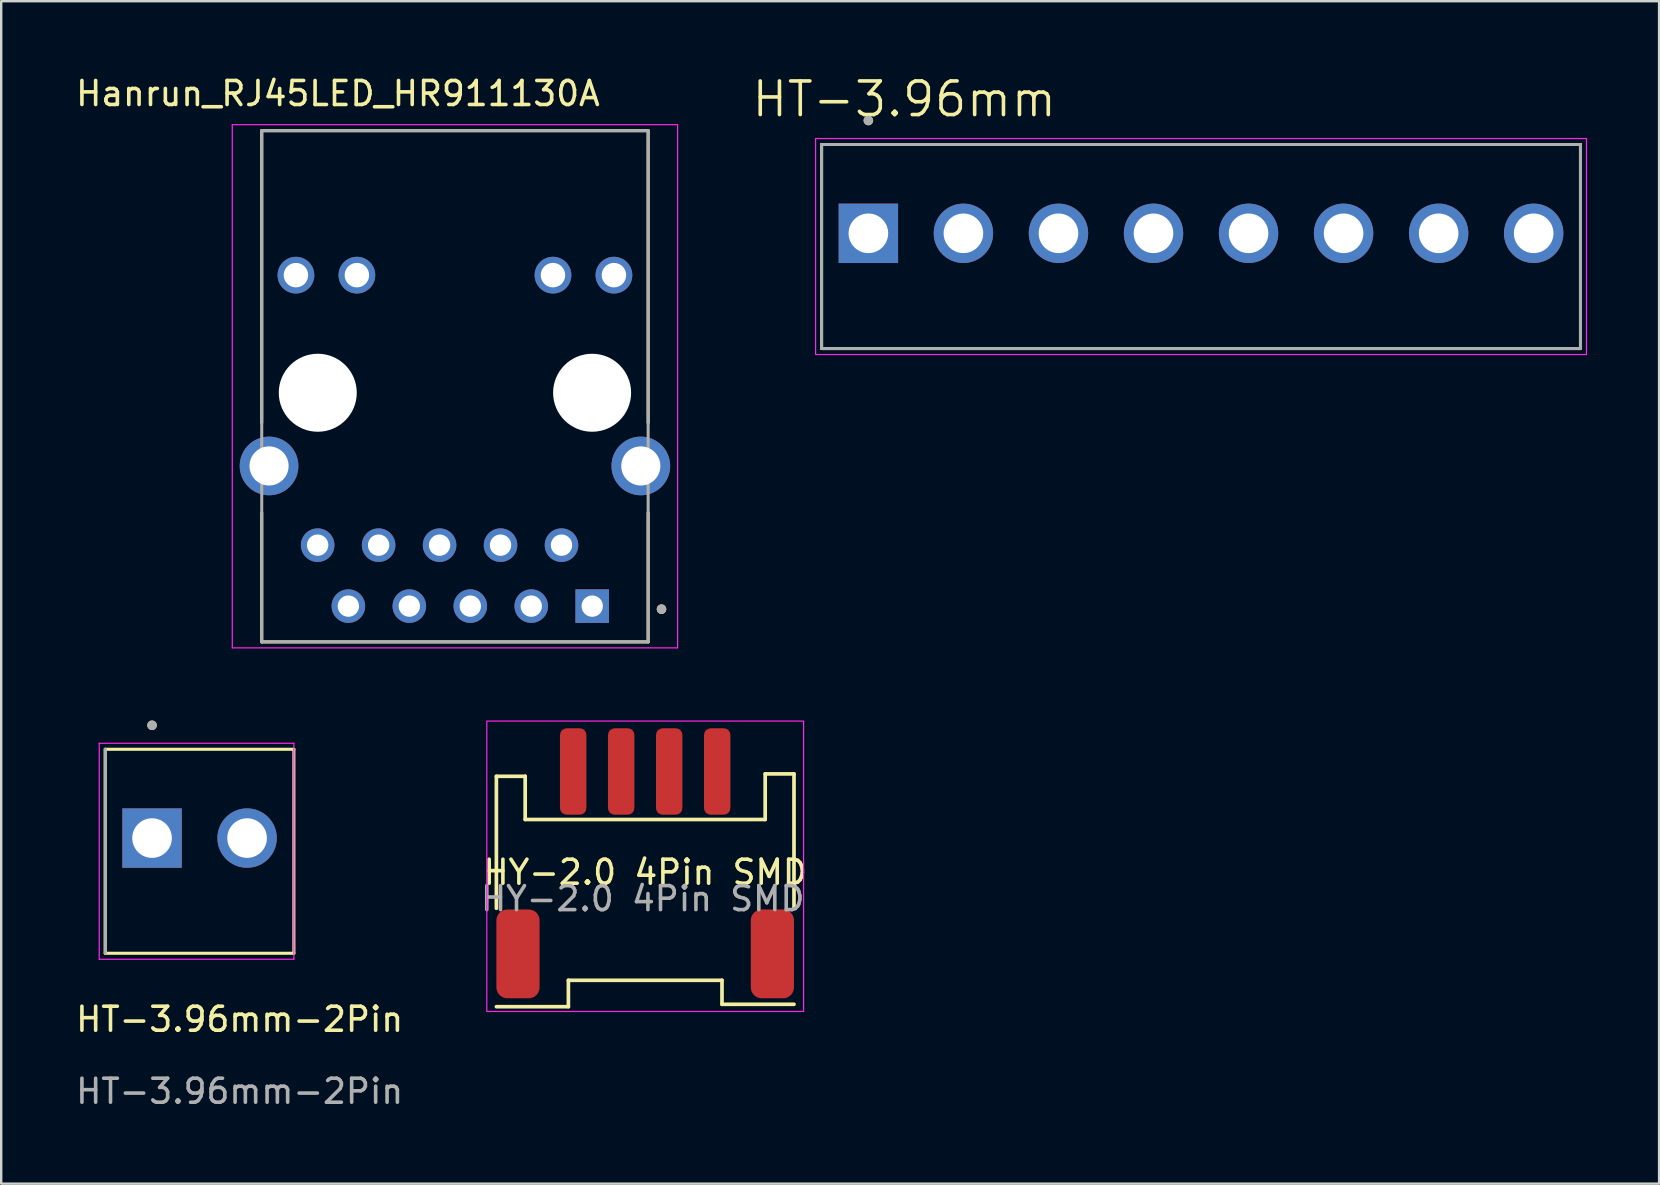
<source format=kicad_pcb>
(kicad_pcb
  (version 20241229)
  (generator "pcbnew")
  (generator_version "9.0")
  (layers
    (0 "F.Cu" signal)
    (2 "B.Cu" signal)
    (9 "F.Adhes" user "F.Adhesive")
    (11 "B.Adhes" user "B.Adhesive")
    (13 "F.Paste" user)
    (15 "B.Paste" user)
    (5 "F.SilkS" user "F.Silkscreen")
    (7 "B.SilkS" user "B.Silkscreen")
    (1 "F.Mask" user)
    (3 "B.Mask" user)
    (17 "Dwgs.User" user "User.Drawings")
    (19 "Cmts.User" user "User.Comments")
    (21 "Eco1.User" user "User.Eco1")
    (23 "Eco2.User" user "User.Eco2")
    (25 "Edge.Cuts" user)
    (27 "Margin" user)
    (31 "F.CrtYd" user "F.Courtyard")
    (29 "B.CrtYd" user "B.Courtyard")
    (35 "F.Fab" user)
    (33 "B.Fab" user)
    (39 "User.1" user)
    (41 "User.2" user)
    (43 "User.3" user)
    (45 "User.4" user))
  (footprint "HY-2.0 4Pin SMD"
    (layer "F.Cu")
    (at 23.832 33.294)
    (property "Reference" "HY-2.0 4Pin SMD" (at 0 0 0) (unlocked yes) (layer "F.SilkS") (effects (font (size 1 1) (thickness 0.15))))
    (attr smd)
    (fp_line (start -6.2 -4) (end -5 -4) (stroke (width 0.153) (type solid)) (layer "F.SilkS"))
    (fp_line (start -6.2 1.5) (end -6.2 -4) (stroke (width 0.153) (type solid)) (layer "F.SilkS"))
    (fp_line (start -6.2 5.6) (end -3.2 5.6) (stroke (width 0.153) (type solid)) (layer "F.SilkS"))
    (fp_line (start -5 -4) (end -5 -2.2) (stroke (width 0.153) (type solid)) (layer "F.SilkS"))
    (fp_line (start -5 -2.2) (end 5 -2.2) (stroke (width 0.153) (type solid)) (layer "F.SilkS"))
    (fp_line (start -3.2 4.5) (end 3.2 4.5) (stroke (width 0.153) (type solid)) (layer "F.SilkS"))
    (fp_line (start -3.2 5.6) (end -3.2 4.5) (stroke (width 0.153) (type solid)) (layer "F.SilkS"))
    (fp_line (start 3.2 4.5) (end 3.2 5.5) (stroke (width 0.153) (type solid)) (layer "F.SilkS"))
    (fp_line (start 3.2 5.5) (end 6.2 5.5) (stroke (width 0.153) (type solid)) (layer "F.SilkS"))
    (fp_line (start 5 -4.1) (end 5 -2.2) (stroke (width 0.153) (type solid)) (layer "F.SilkS"))
    (fp_line (start 5 -4.1) (end 6.2 -4.1) (stroke (width 0.153) (type solid)) (layer "F.SilkS"))
    (fp_line (start 6.2 1.5) (end 6.2 -4.1) (stroke (width 0.153) (type solid)) (layer "F.SilkS"))
    (fp_rect (start -6.6 -6.3) (end 6.6 5.8) (stroke (width 0.05) (type solid)) (fill no) (layer "F.CrtYd"))
    (fp_text user "${REFERENCE}" (at -0.1 1.1 0) (unlocked yes) (layer "F.Fab") (effects (font (size 1 1) (thickness 0.15))))
    (pad "1" smd roundrect (at -5.3 3.4 180) (size 1.8 3.7) (layers "F.Cu" "F.Mask" "F.Paste") (roundrect_rratio 0.25))
    (pad "1" smd roundrect (at -3 -4.2 180) (size 1.1 3.6) (layers "F.Cu" "F.Mask" "F.Paste") (roundrect_rratio 0.25))
    (pad "1" smd roundrect (at 5.3 3.4 180) (size 1.8 3.7) (layers "F.Cu" "F.Mask" "F.Paste") (roundrect_rratio 0.25))
    (pad "2" smd roundrect (at -1 -4.2 180) (size 1.1 3.6) (layers "F.Cu" "F.Mask" "F.Paste") (roundrect_rratio 0.25))
    (pad "3" smd roundrect (at 1 -4.2 180) (size 1.1 3.6) (layers "F.Cu" "F.Mask" "F.Paste") (roundrect_rratio 0.25))
    (pad "4" smd roundrect (at 3 -4.2 180) (size 1.1 3.6) (layers "F.Cu" "F.Mask" "F.Paste") (roundrect_rratio 0.25)))
  (footprint "HT-3.96mm"
    (layer "F.Cu")
    (at 46.991 6.671)
    (property "Reference" "HT-3.96mm" (at -12.365 -5.589 0) (layer "F.SilkS") (effects (font (size 1.4 1.4) (thickness 0.15))))
    (attr through_hole)
    (fp_line (start -15.81 -3.7) (end 15.81 -3.7) (stroke (width 0.127) (type solid)) (layer "F.SilkS"))
    (fp_line (start -15.81 4.8) (end -15.81 -3.7) (stroke (width 0.127) (type solid)) (layer "F.SilkS"))
    (fp_line (start 15.81 -3.7) (end 15.81 4.8) (stroke (width 0.127) (type solid)) (layer "F.SilkS"))
    (fp_line (start 15.81 4.8) (end -15.81 4.8) (stroke (width 0.127) (type solid)) (layer "F.SilkS"))
    (fp_circle (center -13.86 -4.7) (end -13.76 -4.7) (stroke (width 0.2) (type solid)) (fill no) (layer "F.SilkS"))
    (fp_line (start -16.06 -3.95) (end 16.06 -3.95) (stroke (width 0.05) (type solid)) (layer "F.CrtYd"))
    (fp_line (start -16.06 5.05) (end -16.06 -3.95) (stroke (width 0.05) (type solid)) (layer "F.CrtYd"))
    (fp_line (start 16.06 -3.95) (end 16.06 5.05) (stroke (width 0.05) (type solid)) (layer "F.CrtYd"))
    (fp_line (start 16.06 5.05) (end -16.06 5.05) (stroke (width 0.05) (type solid)) (layer "F.CrtYd"))
    (fp_line (start -15.81 -3.7) (end 15.81 -3.7) (stroke (width 0.127) (type solid)) (layer "F.Fab"))
    (fp_line (start -15.81 4.8) (end -15.81 -3.7) (stroke (width 0.127) (type solid)) (layer "F.Fab"))
    (fp_line (start 15.81 -3.7) (end 15.81 4.8) (stroke (width 0.127) (type solid)) (layer "F.Fab"))
    (fp_line (start 15.81 4.8) (end -15.81 4.8) (stroke (width 0.127) (type solid)) (layer "F.Fab"))
    (fp_circle (center -13.86 -4.7) (end -13.76 -4.7) (stroke (width 0.2) (type solid)) (fill no) (layer "F.Fab"))
    (pad "1" thru_hole rect (at -13.86 0) (size 2.475 2.475) (drill 1.65) (layers "*.Cu" "*.Mask"))
    (pad "2" thru_hole circle (at -9.9 0) (size 2.475 2.475) (drill 1.65) (layers "*.Cu" "*.Mask"))
    (pad "3" thru_hole circle (at -5.94 0) (size 2.475 2.475) (drill 1.65) (layers "*.Cu" "*.Mask"))
    (pad "4" thru_hole circle (at -1.98 0) (size 2.475 2.475) (drill 1.65) (layers "*.Cu" "*.Mask"))
    (pad "5" thru_hole circle (at 1.98 0) (size 2.475 2.475) (drill 1.65) (layers "*.Cu" "*.Mask"))
    (pad "6" thru_hole circle (at 5.94 0) (size 2.475 2.475) (drill 1.65) (layers "*.Cu" "*.Mask"))
    (pad "7" thru_hole circle (at 9.9 0) (size 2.475 2.475) (drill 1.65) (layers "*.Cu" "*.Mask"))
    (pad "8" thru_hole circle (at 13.86 0) (size 2.475 2.475) (drill 1.65) (layers "*.Cu" "*.Mask")))
  (footprint "HT-3.96mm-2Pin"
    (layer "F.Cu")
    (at 7.245 31.869)
    (property "Reference" "HT-3.96mm-2Pin" (at -0.31 7.55 0) (unlocked yes) (layer "F.SilkS") (effects (font (size 1 1) (thickness 0.15))))
    (attr through_hole)
    (fp_line (start -5.91 -3.7) (end 1.95 -3.7) (stroke (width 0.127) (type solid)) (layer "F.SilkS"))
    (fp_line (start -5.91 4.8) (end -5.91 -3.7) (stroke (width 0.127) (type solid)) (layer "F.SilkS"))
    (fp_line (start 1.95 -3.7) (end 1.95 4.8) (stroke (width 0.127) (type solid)) (layer "F.SilkS"))
    (fp_line (start 1.95 4.8) (end -5.91 4.8) (stroke (width 0.127) (type solid)) (layer "F.SilkS"))
    (fp_circle (center -3.96 -4.7) (end -3.86 -4.7) (stroke (width 0.2) (type solid)) (fill no) (layer "F.SilkS"))
    (fp_line (start -6.16 -3.95) (end 1.95 -3.95) (stroke (width 0.05) (type solid)) (layer "F.CrtYd"))
    (fp_line (start -6.16 5.05) (end -6.16 -3.95) (stroke (width 0.05) (type solid)) (layer "F.CrtYd"))
    (fp_line (start 1.95 -3.95) (end 1.95 5.05) (stroke (width 0.05) (type solid)) (layer "F.CrtYd"))
    (fp_line (start 1.95 5.05) (end -6.16 5.05) (stroke (width 0.05) (type solid)) (layer "F.CrtYd"))
    (fp_line (start -5.91 4.8) (end -5.91 -3.7) (stroke (width 0.127) (type solid)) (layer "F.Fab"))
    (fp_circle (center -3.96 -4.7) (end -3.86 -4.7) (stroke (width 0.2) (type solid)) (fill no) (layer "F.Fab"))
    (fp_text user "${REFERENCE}" (at -0.31 10.55 0) (unlocked yes) (layer "F.Fab") (effects (font (size 1 1) (thickness 0.15))))
    (pad "1" thru_hole rect (at -3.96 0) (size 2.475 2.475) (drill 1.65) (layers "*.Cu" "*.Mask"))
    (pad "2" thru_hole circle (at 0 0) (size 2.475 2.475) (drill 1.65) (layers "*.Cu" "*.Mask")))
  (footprint "Hanrun_RJ45LED_HR911130A"
    (layer "F.Cu")
    (at 15.905 13.314)
    (property "Reference" "Hanrun_RJ45LED_HR911130A" (at -4.875 -12.466 0) (layer "F.SilkS") (effects (font (size 1 1) (thickness 0.15))))
    (attr through_hole)
    (fp_line (start -8.05 1.25) (end -8.05 -10.92) (stroke (width 0.127) (type solid)) (layer "F.SilkS"))
    (fp_line (start -8.05 10.38) (end -8.05 5) (stroke (width 0.127) (type solid)) (layer "F.SilkS"))
    (fp_line (start -8.05 10.38) (end 8.05 10.38) (stroke (width 0.127) (type solid)) (layer "F.SilkS"))
    (fp_line (start 8.05 -10.92) (end -8.05 -10.92) (stroke (width 0.127) (type solid)) (layer "F.SilkS"))
    (fp_line (start 8.05 1.25) (end 8.05 -10.92) (stroke (width 0.127) (type solid)) (layer "F.SilkS"))
    (fp_line (start 8.05 10.38) (end 8.05 5) (stroke (width 0.127) (type solid)) (layer "F.SilkS"))
    (fp_circle (center 8.607 9.017) (end 8.707 9.017) (stroke (width 0.2) (type solid)) (fill no) (layer "F.SilkS"))
    (fp_line (start -9.277 -11.17) (end 9.277 -11.17) (stroke (width 0.05) (type solid)) (layer "F.CrtYd"))
    (fp_line (start -9.277 10.63) (end -9.277 -11.17) (stroke (width 0.05) (type solid)) (layer "F.CrtYd"))
    (fp_line (start 9.277 -11.17) (end 9.277 10.63) (stroke (width 0.05) (type solid)) (layer "F.CrtYd"))
    (fp_line (start 9.277 10.63) (end -9.277 10.63) (stroke (width 0.05) (type solid)) (layer "F.CrtYd"))
    (fp_line (start -8.05 -10.92) (end -8.05 10.38) (stroke (width 0.127) (type solid)) (layer "F.Fab"))
    (fp_line (start -8.05 10.38) (end 8.05 10.38) (stroke (width 0.127) (type solid)) (layer "F.Fab"))
    (fp_line (start 8.05 -10.92) (end -8.05 -10.92) (stroke (width 0.127) (type solid)) (layer "F.Fab"))
    (fp_line (start 8.05 10.38) (end 8.05 -10.92) (stroke (width 0.127) (type solid)) (layer "F.Fab"))
    (fp_circle (center 8.607 9.017) (end 8.707 9.017) (stroke (width 0.2) (type solid)) (fill no) (layer "F.Fab"))
    (pad "" np_thru_hole circle (at -5.715 0) (size 3.25 3.25) (drill 3.25) (layers "*.Cu" "*.Mask"))
    (pad "" np_thru_hole circle (at 5.715 0) (size 3.25 3.25) (drill 3.25) (layers "*.Cu" "*.Mask"))
    (pad "1" thru_hole rect (at 5.72 8.89) (size 1.398 1.398) (drill 0.89) (layers "*.Cu" "*.Mask"))
    (pad "2" thru_hole circle (at 4.44 6.35) (size 1.398 1.398) (drill 0.89) (layers "*.Cu" "*.Mask"))
    (pad "3" thru_hole circle (at 3.18 8.89) (size 1.398 1.398) (drill 0.89) (layers "*.Cu" "*.Mask"))
    (pad "4" thru_hole circle (at 1.9 6.35) (size 1.398 1.398) (drill 0.89) (layers "*.Cu" "*.Mask"))
    (pad "5" thru_hole circle (at 0.64 8.89) (size 1.398 1.398) (drill 0.89) (layers "*.Cu" "*.Mask"))
    (pad "6" thru_hole circle (at -0.64 6.35) (size 1.398 1.398) (drill 0.89) (layers "*.Cu" "*.Mask"))
    (pad "7" thru_hole circle (at -1.9 8.89) (size 1.398 1.398) (drill 0.89) (layers "*.Cu" "*.Mask"))
    (pad "8" thru_hole circle (at -3.18 6.35) (size 1.398 1.398) (drill 0.89) (layers "*.Cu" "*.Mask"))
    (pad "9" thru_hole circle (at -4.44 8.89) (size 1.398 1.398) (drill 0.89) (layers "*.Cu" "*.Mask"))
    (pad "10" thru_hole circle (at -5.72 6.35) (size 1.398 1.398) (drill 0.89) (layers "*.Cu" "*.Mask"))
    (pad "11" thru_hole circle (at 6.625 -4.9) (size 1.53 1.53) (drill 1.02) (layers "*.Cu" "*.Mask"))
    (pad "12" thru_hole circle (at 4.085 -4.9) (size 1.53 1.53) (drill 1.02) (layers "*.Cu" "*.Mask"))
    (pad "13" thru_hole circle (at -4.085 -4.9) (size 1.53 1.53) (drill 1.02) (layers "*.Cu" "*.Mask"))
    (pad "14" thru_hole circle (at -6.625 -4.9) (size 1.53 1.53) (drill 1.02) (layers "*.Cu" "*.Mask"))
    (pad "S1" thru_hole circle (at 7.745 3.05) (size 2.445 2.445) (drill 1.63) (layers "*.Cu" "*.Mask"))
    (pad "S2" thru_hole circle (at -7.745 3.05) (size 2.445 2.445) (drill 1.63) (layers "*.Cu" "*.Mask")))
  (gr_rect
    (start -3 -3)
    (end 66.076 46.267)
    (stroke (width 0.1) (type default))
    (fill no)
    (layer "Edge.Cuts")))
</source>
